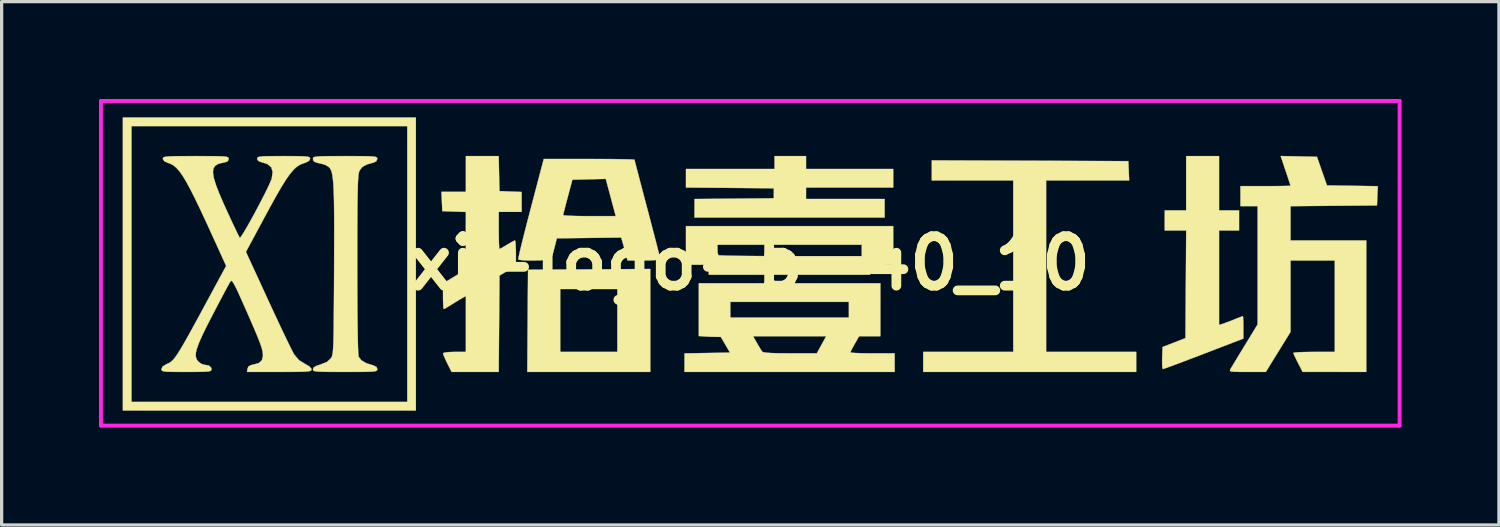
<source format=kicad_pcb>
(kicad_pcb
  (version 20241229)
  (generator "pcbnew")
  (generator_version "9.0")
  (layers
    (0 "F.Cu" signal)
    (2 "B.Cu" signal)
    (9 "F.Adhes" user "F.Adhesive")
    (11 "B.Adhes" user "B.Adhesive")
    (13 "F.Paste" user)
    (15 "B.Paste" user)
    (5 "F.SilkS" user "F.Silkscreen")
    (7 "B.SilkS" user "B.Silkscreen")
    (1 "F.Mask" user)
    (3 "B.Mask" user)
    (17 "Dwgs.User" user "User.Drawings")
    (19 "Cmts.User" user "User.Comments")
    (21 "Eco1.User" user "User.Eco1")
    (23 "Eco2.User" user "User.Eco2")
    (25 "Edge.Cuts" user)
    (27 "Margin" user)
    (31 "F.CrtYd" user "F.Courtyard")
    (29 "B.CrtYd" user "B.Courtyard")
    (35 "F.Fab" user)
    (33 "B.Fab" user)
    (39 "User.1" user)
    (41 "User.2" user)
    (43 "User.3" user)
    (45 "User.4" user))
  (footprint "xi-logo-b-40_10"
    (layer "F.Cu")
    (at 20.06 5.06)
    (property "Reference" "xi-logo-b-40_10" (at 0 0 0) (layer "F.SilkS") (effects (font (size 1.524 1.524) (thickness 0.3))))
    (attr through_hole)
    (fp_poly (pts (xy -10.301 4.534) (xy -19.325 4.534) (xy -19.325 -4.226) (xy -19.061 -4.226) (xy -19.061 4.27) (xy -10.565 4.27) (xy -10.565 -4.226) (xy -19.061 -4.226) (xy -19.325 -4.226) (xy -19.325 -4.49) (xy -10.301 -4.49) (xy -10.301 4.534)) (stroke (width 0.01) (type solid)) (fill yes) (layer "F.SilkS"))
    (fp_poly (pts (xy -3.081 3.346) (xy -6.868 3.346) (xy -6.857 1.772) (xy -6.85 0.792) (xy -5.855 0.792) (xy -5.855 2.729) (xy -4.094 2.729) (xy -4.094 0.792) (xy -5.855 0.792) (xy -6.85 0.792) (xy -6.845 0.198) (xy -4.963 0.187) (xy -3.081 0.175) (xy -3.081 3.346)) (stroke (width 0.01) (type solid)) (fill yes) (layer "F.SilkS"))
    (fp_poly (pts (xy 8.617 -3.159) (xy 11.644 -3.147) (xy 11.657 -2.85) (xy 11.67 -2.553) (xy 9.112 -2.553) (xy 9.112 2.729) (xy 11.886 2.729) (xy 11.886 3.346) (xy 5.327 3.346) (xy 5.327 2.729) (xy 8.1 2.729) (xy 8.1 -2.553) (xy 5.591 -2.553) (xy 5.591 -3.17) (xy 8.617 -3.159)) (stroke (width 0.01) (type solid)) (fill yes) (layer "F.SilkS"))
    (fp_poly (pts (xy 1.717 -2.905) (xy 4.402 -2.905) (xy 4.402 -2.333) (xy 1.717 -2.333) (xy 1.717 -1.981) (xy 4.138 -1.981) (xy 4.138 -1.409) (xy -1.717 -1.409) (xy -1.717 -1.98) (xy -0.495 -1.991) (xy 0.726 -2.003) (xy 0.726 -2.311) (xy -0.627 -2.323) (xy -1.981 -2.334) (xy -1.981 -2.905) (xy 0.748 -2.905) (xy 0.748 -3.302) (xy 1.717 -3.302) (xy 1.717 -2.905)) (stroke (width 0.01) (type solid)) (fill yes) (layer "F.SilkS"))
    (fp_poly (pts (xy 4.402 0.04) (xy 3.72 0.066) (xy 3.706 0.209) (xy 3.692 0.352) (xy -1.277 0.352) (xy -1.277 0.044) (xy -1.981 0.044) (xy -1.981 -0.572) (xy -1.012 -0.572) (xy -1.012 -0.426) (xy -1.004 -0.317) (xy -0.985 -0.251) (xy -0.983 -0.249) (xy -0.935 -0.244) (xy -0.807 -0.238) (xy -0.607 -0.233) (xy -0.346 -0.229) (xy -0.03 -0.226) (xy 0.331 -0.223) (xy 0.729 -0.221) (xy 1.156 -0.22) (xy 1.24 -0.22) (xy 3.434 -0.22) (xy 3.434 -0.572) (xy -1.012 -0.572) (xy -1.981 -0.572) (xy -1.981 -1.145) (xy 4.402 -1.145) (xy 4.402 0.04)) (stroke (width 0.01) (type solid)) (fill yes) (layer "F.SilkS"))
    (fp_poly (pts (xy 14.439 -1.629) (xy 15.055 -1.629) (xy 15.055 -1.012) (xy 14.439 -1.012) (xy 14.439 1.899) (xy 14.538 1.869) (xy 14.631 1.836) (xy 14.772 1.783) (xy 14.898 1.734) (xy 15.034 1.679) (xy 15.134 1.642) (xy 15.173 1.629) (xy 15.18 1.669) (xy 15.185 1.777) (xy 15.187 1.93) (xy 15.187 1.974) (xy 15.187 2.319) (xy 13.965 2.788) (xy 13.655 2.907) (xy 13.373 3.014) (xy 13.127 3.107) (xy 12.928 3.18) (xy 12.788 3.231) (xy 12.715 3.256) (xy 12.708 3.258) (xy 12.694 3.217) (xy 12.686 3.11) (xy 12.686 2.957) (xy 12.687 2.918) (xy 12.7 2.578) (xy 13.052 2.442) (xy 13.404 2.305) (xy 13.416 0.646) (xy 13.427 -1.012) (xy 12.766 -1.012) (xy 12.766 -1.629) (xy 13.426 -1.629) (xy 13.426 -3.302) (xy 14.439 -3.302) (xy 14.439 -1.629)) (stroke (width 0.01) (type solid)) (fill yes) (layer "F.SilkS"))
    (fp_poly (pts (xy 4.006 2.245) (xy 3.352 2.245) (xy 3.217 2.482) (xy 3.146 2.61) (xy 3.097 2.706) (xy 3.081 2.746) (xy 3.123 2.755) (xy 3.238 2.763) (xy 3.41 2.769) (xy 3.626 2.773) (xy 3.764 2.773) (xy 4.446 2.773) (xy 4.446 3.346) (xy -2.025 3.346) (xy -2.025 2.775) (xy -1.325 2.763) (xy -0.624 2.751) (xy -0.908 2.267) (xy -1.247 2.254) (xy -1.487 2.245) (xy 0.084 2.245) (xy 0.204 2.454) (xy 0.279 2.582) (xy 0.341 2.683) (xy 0.365 2.718) (xy 0.408 2.739) (xy 0.504 2.755) (xy 0.662 2.765) (xy 0.892 2.771) (xy 1.2 2.773) (xy 1.228 2.773) (xy 2.049 2.773) (xy 2.339 2.245) (xy 0.084 2.245) (xy -1.487 2.245) (xy -1.585 2.241) (xy -1.585 1.189) (xy -0.616 1.189) (xy -0.616 1.673) (xy 3.037 1.673) (xy 3.037 1.189) (xy -0.616 1.189) (xy -1.585 1.189) (xy -1.585 0.616) (xy 4.006 0.616) (xy 4.006 2.245)) (stroke (width 0.01) (type solid)) (fill yes) (layer "F.SilkS"))
    (fp_poly (pts (xy 17.454 -3.28) (xy 17.762 -2.399) (xy 19.329 -2.375) (xy 19.316 -2.079) (xy 19.303 -1.783) (xy 16.64 -1.76) (xy 16.64 -0.704) (xy 18.973 -0.704) (xy 18.973 3.346) (xy 17.994 3.345) (xy 17.014 3.345) (xy 16.871 3.069) (xy 16.8 2.927) (xy 16.749 2.818) (xy 16.728 2.762) (xy 16.728 2.761) (xy 16.769 2.75) (xy 16.883 2.74) (xy 17.054 2.733) (xy 17.267 2.73) (xy 17.366 2.729) (xy 18.005 2.729) (xy 18.005 -0.088) (xy 16.64 -0.088) (xy 16.64 2.114) (xy 16.259 2.73) (xy 15.879 3.346) (xy 15.311 3.346) (xy 15.079 3.345) (xy 14.923 3.341) (xy 14.828 3.333) (xy 14.783 3.318) (xy 14.775 3.294) (xy 14.785 3.269) (xy 14.821 3.207) (xy 14.895 3.084) (xy 14.998 2.914) (xy 15.121 2.711) (xy 15.227 2.537) (xy 15.627 1.883) (xy 15.627 -1.761) (xy 15.099 -1.761) (xy 15.099 -2.377) (xy 15.869 -2.377) (xy 16.119 -2.378) (xy 16.335 -2.38) (xy 16.503 -2.383) (xy 16.609 -2.387) (xy 16.64 -2.39) (xy 16.627 -2.435) (xy 16.591 -2.545) (xy 16.539 -2.704) (xy 16.488 -2.854) (xy 16.337 -3.304) (xy 17.454 -3.28)) (stroke (width 0.01) (type solid)) (fill yes) (layer "F.SilkS"))
    (fp_poly (pts (xy -7.738 -2.762) (xy -7.726 -2.223) (xy -7.384 -2.21) (xy -7.043 -2.197) (xy -7.043 -1.585) (xy -7.748 -1.585) (xy -7.748 -1.012) (xy -7.746 -0.8) (xy -7.742 -0.623) (xy -7.736 -0.498) (xy -7.728 -0.442) (xy -7.726 -0.44) (xy -7.68 -0.461) (xy -7.583 -0.516) (xy -7.49 -0.572) (xy -7.369 -0.644) (xy -7.279 -0.692) (xy -7.248 -0.704) (xy -7.235 -0.664) (xy -7.225 -0.555) (xy -7.22 -0.397) (xy -7.219 -0.313) (xy -7.219 0.078) (xy -7.726 0.378) (xy -7.737 1.862) (xy -7.749 3.346) (xy -9.199 3.346) (xy -9.332 3.083) (xy -9.399 2.942) (xy -9.447 2.831) (xy -9.464 2.775) (xy -9.423 2.751) (xy -9.307 2.736) (xy -9.132 2.729) (xy -9.112 2.729) (xy -8.76 2.729) (xy -8.76 1.009) (xy -8.858 1.062) (xy -8.948 1.114) (xy -9.078 1.194) (xy -9.186 1.261) (xy -9.31 1.338) (xy -9.403 1.392) (xy -9.44 1.409) (xy -9.451 1.368) (xy -9.459 1.259) (xy -9.464 1.101) (xy -9.464 1.014) (xy -9.464 0.62) (xy -9.114 0.409) (xy -8.763 0.198) (xy -8.76 -1.581) (xy -9.123 -1.594) (xy -9.486 -1.607) (xy -9.499 -1.904) (xy -9.513 -2.201) (xy -8.76 -2.201) (xy -8.76 -3.302) (xy -7.75 -3.302) (xy -7.738 -2.762)) (stroke (width 0.01) (type solid)) (fill yes) (layer "F.SilkS"))
    (fp_poly (pts (xy -4.623 -3.212) (xy -4.312 -3.211) (xy -4.042 -3.207) (xy -3.822 -3.203) (xy -3.665 -3.199) (xy -3.579 -3.193) (xy -3.566 -3.19) (xy -3.555 -3.143) (xy -3.524 -3.022) (xy -3.475 -2.834) (xy -3.412 -2.591) (xy -3.336 -2.302) (xy -3.251 -1.978) (xy -3.169 -1.67) (xy -3.077 -1.321) (xy -2.993 -0.998) (xy -2.918 -0.712) (xy -2.857 -0.472) (xy -2.81 -0.288) (xy -2.782 -0.171) (xy -2.773 -0.131) (xy -2.815 -0.113) (xy -2.933 -0.098) (xy -3.113 -0.09) (xy -3.278 -0.088) (xy -3.782 -0.088) (xy -3.831 -0.275) (xy -3.875 -0.44) (xy -3.921 -0.604) (xy -3.928 -0.628) (xy -3.976 -0.794) (xy -4.968 -0.782) (xy -5.959 -0.77) (xy -6.033 -0.479) (xy -6.074 -0.325) (xy -6.112 -0.201) (xy -6.137 -0.138) (xy -6.19 -0.119) (xy -6.309 -0.104) (xy -6.471 -0.093) (xy -6.654 -0.087) (xy -6.835 -0.087) (xy -6.992 -0.093) (xy -7.104 -0.105) (xy -7.146 -0.121) (xy -7.14 -0.17) (xy -7.113 -0.294) (xy -7.069 -0.483) (xy -7.009 -0.729) (xy -6.935 -1.02) (xy -6.851 -1.347) (xy -6.815 -1.486) (xy -5.765 -1.486) (xy -5.724 -1.475) (xy -5.608 -1.466) (xy -5.432 -1.459) (xy -5.209 -1.454) (xy -4.956 -1.453) (xy -4.144 -1.453) (xy -4.253 -1.86) (xy -4.306 -2.06) (xy -4.356 -2.247) (xy -4.395 -2.392) (xy -4.406 -2.434) (xy -4.45 -2.6) (xy -4.965 -2.588) (xy -5.48 -2.575) (xy -5.621 -2.047) (xy -5.675 -1.843) (xy -5.72 -1.669) (xy -5.751 -1.545) (xy -5.764 -1.487) (xy -5.765 -1.486) (xy -6.815 -1.486) (xy -6.764 -1.683) (xy -6.361 -3.213) (xy -4.963 -3.213) (xy -4.623 -3.212)) (stroke (width 0.01) (type solid)) (fill yes) (layer "F.SilkS"))
    (fp_poly (pts (xy -12.16 -3.301) (xy -11.918 -3.3) (xy -11.742 -3.296) (xy -11.623 -3.289) (xy -11.548 -3.279) (xy -11.508 -3.263) (xy -11.492 -3.241) (xy -11.489 -3.214) (xy -11.526 -3.136) (xy -11.61 -3.101) (xy -11.813 -3.043) (xy -11.946 -2.97) (xy -12.029 -2.868) (xy -12.045 -2.833) (xy -12.058 -2.788) (xy -12.069 -2.715) (xy -12.078 -2.607) (xy -12.086 -2.459) (xy -12.092 -2.264) (xy -12.097 -2.016) (xy -12.101 -1.709) (xy -12.103 -1.337) (xy -12.105 -0.893) (xy -12.106 -0.372) (xy -12.106 0.04) (xy -12.105 0.612) (xy -12.103 1.131) (xy -12.1 1.592) (xy -12.095 1.99) (xy -12.089 2.322) (xy -12.083 2.581) (xy -12.075 2.763) (xy -12.066 2.864) (xy -12.063 2.881) (xy -11.979 2.988) (xy -11.825 3.079) (xy -11.617 3.144) (xy -11.61 3.146) (xy -11.513 3.192) (xy -11.489 3.258) (xy -11.493 3.287) (xy -11.51 3.308) (xy -11.551 3.323) (xy -11.628 3.334) (xy -11.751 3.34) (xy -11.93 3.344) (xy -12.177 3.345) (xy -12.48 3.346) (xy -12.8 3.345) (xy -13.043 3.344) (xy -13.219 3.34) (xy -13.338 3.333) (xy -13.413 3.322) (xy -13.453 3.306) (xy -13.468 3.284) (xy -13.47 3.264) (xy -13.445 3.206) (xy -13.36 3.158) (xy -13.244 3.121) (xy -13.041 3.039) (xy -12.925 2.935) (xy -12.905 2.907) (xy -12.889 2.876) (xy -12.875 2.833) (xy -12.863 2.772) (xy -12.854 2.687) (xy -12.846 2.569) (xy -12.84 2.413) (xy -12.835 2.212) (xy -12.831 1.957) (xy -12.828 1.643) (xy -12.825 1.263) (xy -12.822 0.809) (xy -12.819 0.275) (xy -12.819 0.216) (xy -12.817 -0.378) (xy -12.816 -0.89) (xy -12.816 -1.327) (xy -12.819 -1.696) (xy -12.824 -2.001) (xy -12.832 -2.251) (xy -12.843 -2.452) (xy -12.858 -2.609) (xy -12.875 -2.73) (xy -12.897 -2.821) (xy -12.923 -2.887) (xy -12.954 -2.937) (xy -12.969 -2.954) (xy -13.062 -3.019) (xy -13.178 -3.06) (xy -13.335 -3.095) (xy -13.424 -3.127) (xy -13.462 -3.167) (xy -13.47 -3.216) (xy -13.467 -3.244) (xy -13.448 -3.265) (xy -13.404 -3.28) (xy -13.325 -3.29) (xy -13.198 -3.297) (xy -13.014 -3.3) (xy -12.763 -3.301) (xy -12.48 -3.302) (xy -12.16 -3.301)) (stroke (width 0.01) (type solid)) (fill yes) (layer "F.SilkS"))
    (fp_poly (pts (xy -14.086 -3.301) (xy -13.876 -3.299) (xy -13.73 -3.293) (xy -13.637 -3.284) (xy -13.585 -3.269) (xy -13.563 -3.248) (xy -13.558 -3.221) (xy -13.589 -3.159) (xy -13.69 -3.104) (xy -13.767 -3.078) (xy -13.867 -3.038) (xy -13.965 -2.976) (xy -14.066 -2.884) (xy -14.175 -2.755) (xy -14.298 -2.582) (xy -14.439 -2.357) (xy -14.604 -2.072) (xy -14.798 -1.721) (xy -14.954 -1.433) (xy -15.535 -0.352) (xy -14.851 1.134) (xy -14.691 1.479) (xy -14.538 1.807) (xy -14.397 2.106) (xy -14.272 2.366) (xy -14.169 2.577) (xy -14.093 2.728) (xy -14.05 2.808) (xy -13.898 2.986) (xy -13.723 3.094) (xy -13.583 3.175) (xy -13.518 3.249) (xy -13.514 3.268) (xy -13.52 3.293) (xy -13.544 3.312) (xy -13.597 3.326) (xy -13.69 3.335) (xy -13.833 3.341) (xy -14.037 3.344) (xy -14.312 3.345) (xy -14.508 3.346) (xy -15.501 3.346) (xy -15.487 3.247) (xy -15.454 3.174) (xy -15.366 3.133) (xy -15.311 3.122) (xy -15.141 3.074) (xy -15.045 2.991) (xy -15.012 2.861) (xy -15.011 2.839) (xy -15.015 2.768) (xy -15.028 2.687) (xy -15.055 2.587) (xy -15.099 2.459) (xy -15.164 2.292) (xy -15.254 2.076) (xy -15.372 1.802) (xy -15.522 1.459) (xy -15.551 1.395) (xy -15.683 1.098) (xy -15.785 0.873) (xy -15.862 0.713) (xy -15.919 0.61) (xy -15.959 0.554) (xy -15.988 0.538) (xy -16.008 0.552) (xy -16.043 0.61) (xy -16.112 0.735) (xy -16.209 0.915) (xy -16.327 1.138) (xy -16.46 1.392) (xy -16.556 1.575) (xy -16.738 1.93) (xy -16.879 2.218) (xy -16.981 2.448) (xy -17.047 2.628) (xy -17.079 2.767) (xy -17.08 2.874) (xy -17.053 2.959) (xy -17.001 3.029) (xy -16.997 3.032) (xy -16.902 3.1) (xy -16.82 3.125) (xy -16.678 3.149) (xy -16.604 3.217) (xy -16.596 3.262) (xy -16.601 3.292) (xy -16.623 3.314) (xy -16.676 3.329) (xy -16.77 3.338) (xy -16.918 3.343) (xy -17.132 3.345) (xy -17.366 3.346) (xy -17.643 3.345) (xy -17.845 3.343) (xy -17.982 3.338) (xy -18.068 3.328) (xy -18.114 3.312) (xy -18.133 3.288) (xy -18.137 3.257) (xy -18.102 3.18) (xy -17.992 3.111) (xy -17.962 3.099) (xy -17.903 3.072) (xy -17.846 3.035) (xy -17.787 2.981) (xy -17.721 2.903) (xy -17.645 2.795) (xy -17.552 2.649) (xy -17.44 2.457) (xy -17.302 2.213) (xy -17.135 1.91) (xy -16.934 1.541) (xy -16.795 1.284) (xy -16.144 0.08) (xy -16.508 -0.719) (xy -16.734 -1.214) (xy -16.93 -1.634) (xy -17.099 -1.986) (xy -17.245 -2.275) (xy -17.372 -2.509) (xy -17.483 -2.693) (xy -17.583 -2.834) (xy -17.674 -2.938) (xy -17.762 -3.012) (xy -17.849 -3.062) (xy -17.919 -3.087) (xy -18.045 -3.142) (xy -18.092 -3.209) (xy -18.093 -3.22) (xy -18.088 -3.246) (xy -18.067 -3.266) (xy -18.019 -3.281) (xy -17.934 -3.29) (xy -17.801 -3.297) (xy -17.61 -3.3) (xy -17.35 -3.301) (xy -17.08 -3.302) (xy -16.756 -3.301) (xy -16.51 -3.3) (xy -16.331 -3.296) (xy -16.208 -3.29) (xy -16.131 -3.279) (xy -16.089 -3.264) (xy -16.071 -3.243) (xy -16.068 -3.215) (xy -16.068 -3.214) (xy -16.088 -3.152) (xy -16.164 -3.115) (xy -16.247 -3.098) (xy -16.381 -3.065) (xy -16.477 -3.01) (xy -16.534 -2.927) (xy -16.551 -2.807) (xy -16.528 -2.642) (xy -16.464 -2.427) (xy -16.358 -2.152) (xy -16.211 -1.812) (xy -16.135 -1.645) (xy -16.02 -1.394) (xy -15.915 -1.171) (xy -15.828 -0.988) (xy -15.763 -0.857) (xy -15.728 -0.79) (xy -15.724 -0.785) (xy -15.694 -0.811) (xy -15.632 -0.903) (xy -15.544 -1.049) (xy -15.437 -1.235) (xy -15.318 -1.448) (xy -15.195 -1.677) (xy -15.074 -1.908) (xy -14.961 -2.128) (xy -14.864 -2.325) (xy -14.789 -2.486) (xy -14.744 -2.598) (xy -14.738 -2.62) (xy -14.711 -2.816) (xy -14.755 -2.96) (xy -14.87 -3.056) (xy -15.002 -3.099) (xy -15.128 -3.137) (xy -15.182 -3.188) (xy -15.187 -3.22) (xy -15.182 -3.249) (xy -15.159 -3.27) (xy -15.107 -3.284) (xy -15.013 -3.294) (xy -14.866 -3.299) (xy -14.654 -3.301) (xy -14.373 -3.302) (xy -14.086 -3.301)) (stroke (width 0.01) (type solid)) (fill yes) (layer "F.SilkS"))
    (fp_line (start -20 -5) (end -20 5) (stroke (width 0.12) (type solid)) (layer "F.CrtYd"))
    (fp_line (start -20 5) (end 20 5) (stroke (width 0.12) (type solid)) (layer "F.CrtYd"))
    (fp_line (start 20 -5) (end -20 -5) (stroke (width 0.12) (type solid)) (layer "F.CrtYd"))
    (fp_line (start 20 5) (end 20 -5) (stroke (width 0.12) (type solid)) (layer "F.CrtYd")))
  (gr_rect
    (start -3 -3)
    (end 43.12 13.12)
    (stroke (width 0.1) (type default))
    (fill no)
    (layer "Edge.Cuts")))
</source>
